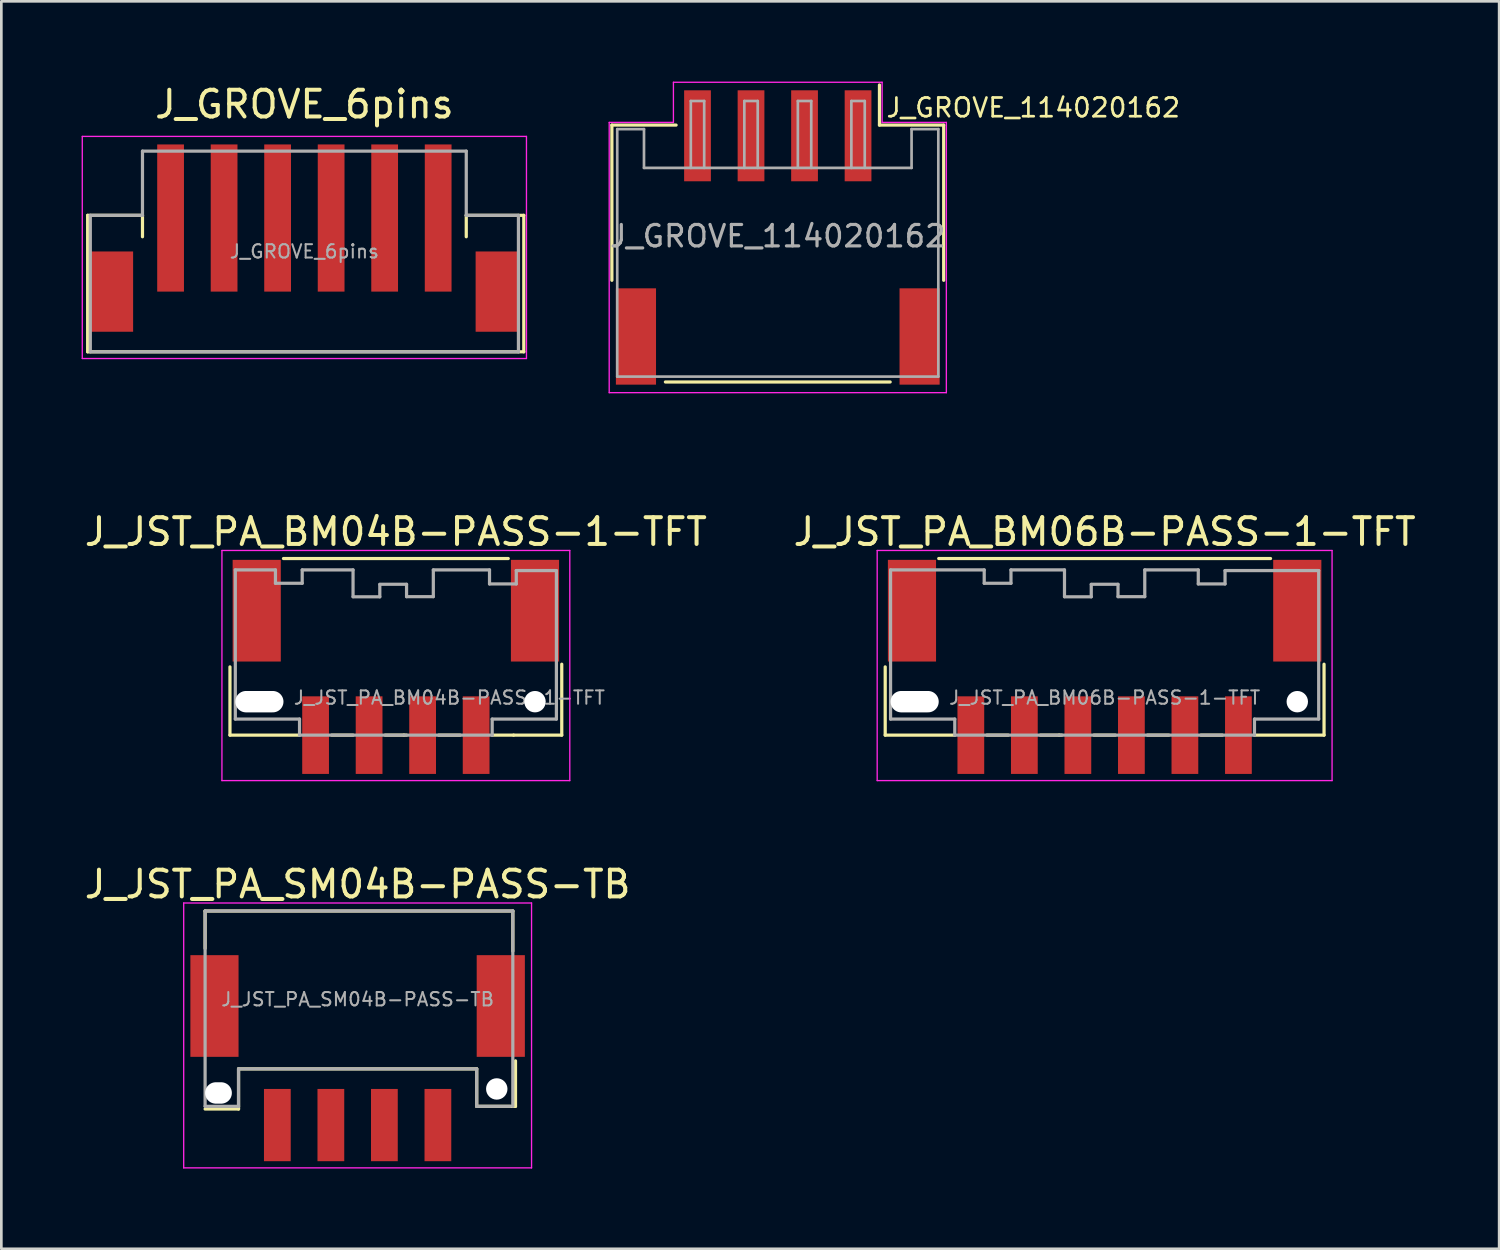
<source format=kicad_pcb>
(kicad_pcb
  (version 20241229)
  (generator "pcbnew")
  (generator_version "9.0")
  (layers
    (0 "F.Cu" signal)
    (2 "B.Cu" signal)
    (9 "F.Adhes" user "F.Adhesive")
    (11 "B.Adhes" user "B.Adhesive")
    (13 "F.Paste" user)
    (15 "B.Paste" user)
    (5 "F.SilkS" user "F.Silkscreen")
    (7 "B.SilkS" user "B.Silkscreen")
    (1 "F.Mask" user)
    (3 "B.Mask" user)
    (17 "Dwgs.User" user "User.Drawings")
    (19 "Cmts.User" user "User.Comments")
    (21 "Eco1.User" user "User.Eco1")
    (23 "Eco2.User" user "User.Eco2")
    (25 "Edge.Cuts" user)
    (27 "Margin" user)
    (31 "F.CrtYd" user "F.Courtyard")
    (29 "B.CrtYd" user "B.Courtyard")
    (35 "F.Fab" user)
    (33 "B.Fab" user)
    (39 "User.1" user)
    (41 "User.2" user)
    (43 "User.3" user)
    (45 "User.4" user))
  (footprint "J_JST_PA_BM06B-PASS-1-TFT"
    (layer "F.Cu")
    (at 38.232 23.023)
    (property "Reference" "J_JST_PA_BM06B-PASS-1-TFT" (at 0 -6.2 0) (unlocked yes) (layer "F.SilkS") (effects (font (size 1 1) (thickness 0.15))))
    (attr smd)
    (fp_line (start -8.2 1.4) (end -8.2 -1.15) (stroke (width 0.12) (type solid)) (layer "F.SilkS"))
    (fp_line (start -8.2 1.4) (end -5.6 1.4) (stroke (width 0.12) (type solid)) (layer "F.SilkS"))
    (fp_line (start -6.2 -5.2) (end 6.2 -5.2) (stroke (width 0.12) (type solid)) (layer "F.SilkS"))
    (fp_line (start -4.4 1.4) (end -3.6 1.4) (stroke (width 0.12) (type solid)) (layer "F.SilkS"))
    (fp_line (start -2.4 1.4) (end -1.7 1.4) (stroke (width 0.12) (type solid)) (layer "F.SilkS"))
    (fp_line (start -1.7 1.4) (end -1.6 1.4) (stroke (width 0.12) (type solid)) (layer "F.SilkS"))
    (fp_line (start -0.4 1.4) (end 0.4 1.4) (stroke (width 0.12) (type solid)) (layer "F.SilkS"))
    (fp_line (start 1.6 1.4) (end 2.4 1.4) (stroke (width 0.12) (type solid)) (layer "F.SilkS"))
    (fp_line (start 3.6 1.4) (end 4.4 1.4) (stroke (width 0.12) (type solid)) (layer "F.SilkS"))
    (fp_line (start 8.2 1.4) (end 5.6 1.4) (stroke (width 0.12) (type solid)) (layer "F.SilkS"))
    (fp_line (start 8.2 1.4) (end 8.2 -1.25) (stroke (width 0.12) (type solid)) (layer "F.SilkS"))
    (fp_line (start -8.5 3.1) (end -8.5 -5.5) (stroke (width 0.05) (type solid)) (layer "F.CrtYd"))
    (fp_line (start -8.5 3.1) (end 8.5 3.1) (stroke (width 0.05) (type solid)) (layer "F.CrtYd"))
    (fp_line (start 8.5 -5.5) (end -8.5 -5.5) (stroke (width 0.05) (type solid)) (layer "F.CrtYd"))
    (fp_line (start 8.5 -5.5) (end 8.5 3.1) (stroke (width 0.05) (type solid)) (layer "F.CrtYd"))
    (fp_line (start -8 0.8) (end -8 -4.775) (stroke (width 0.12) (type solid)) (layer "F.Fab"))
    (fp_line (start -8 0.8) (end -5.6 0.8) (stroke (width 0.12) (type solid)) (layer "F.Fab"))
    (fp_line (start -5.6 1.4) (end -5.6 0.8) (stroke (width 0.12) (type solid)) (layer "F.Fab"))
    (fp_line (start -4.5 -4.775) (end -8 -4.775) (stroke (width 0.12) (type solid)) (layer "F.Fab"))
    (fp_line (start -4.5 -4.275) (end -4.5 -4.775) (stroke (width 0.12) (type solid)) (layer "F.Fab"))
    (fp_line (start -4.5 -4.275) (end -3.5 -4.275) (stroke (width 0.12) (type solid)) (layer "F.Fab"))
    (fp_line (start -3.5 -4.275) (end -3.5 -4.775) (stroke (width 0.12) (type solid)) (layer "F.Fab"))
    (fp_line (start -1.5 -4.775) (end -3.5 -4.775) (stroke (width 0.12) (type solid)) (layer "F.Fab"))
    (fp_line (start -1.5 -3.775) (end -1.5 -4.775) (stroke (width 0.12) (type solid)) (layer "F.Fab"))
    (fp_line (start -0.5 -3.769) (end -1.5 -3.769) (stroke (width 0.12) (type solid)) (layer "F.Fab"))
    (fp_line (start -0.5 -3.769) (end -0.5 -4.231) (stroke (width 0.12) (type solid)) (layer "F.Fab"))
    (fp_line (start 0.5 -4.237) (end -0.5 -4.237) (stroke (width 0.12) (type solid)) (layer "F.Fab"))
    (fp_line (start 0.5 -3.775) (end 0.5 -4.237) (stroke (width 0.12) (type solid)) (layer "F.Fab"))
    (fp_line (start 1.5 -3.775) (end 0.5 -3.775) (stroke (width 0.12) (type solid)) (layer "F.Fab"))
    (fp_line (start 1.5 -3.775) (end 1.5 -4.775) (stroke (width 0.12) (type solid)) (layer "F.Fab"))
    (fp_line (start 3.5 -4.775) (end 1.5 -4.775) (stroke (width 0.12) (type solid)) (layer "F.Fab"))
    (fp_line (start 3.5 -4.25) (end 3.5 -4.775) (stroke (width 0.12) (type solid)) (layer "F.Fab"))
    (fp_line (start 4.5 -4.75) (end 8 -4.75) (stroke (width 0.12) (type solid)) (layer "F.Fab"))
    (fp_line (start 4.5 -4.25) (end 3.5 -4.25) (stroke (width 0.12) (type solid)) (layer "F.Fab"))
    (fp_line (start 4.5 -4.25) (end 4.5 -4.75) (stroke (width 0.12) (type solid)) (layer "F.Fab"))
    (fp_line (start 5.6 0.8) (end 8 0.8) (stroke (width 0.12) (type solid)) (layer "F.Fab"))
    (fp_line (start 5.6 1.4) (end -5.6 1.4) (stroke (width 0.12) (type solid)) (layer "F.Fab"))
    (fp_line (start 5.6 1.4) (end 5.6 0.8) (stroke (width 0.12) (type solid)) (layer "F.Fab"))
    (fp_line (start 8 0.8) (end 8 -4.75) (stroke (width 0.12) (type solid)) (layer "F.Fab"))
    (fp_text user "${REFERENCE}" (at 0 0 180) (layer "F.Fab") (effects (font (size 0.5 0.5) (thickness 0.075))))
    (pad "" np_thru_hole oval (at -7.1 0.15) (size 1.8 0.8) (drill oval 1.8 0.8) (layers "*.Cu" "*.Mask"))
    (pad "" np_thru_hole circle (at 7.2 0.15) (size 0.8 0.8) (drill 0.8) (layers "*.Cu" "*.Mask"))
    (pad "1" smd rect (at -5 1.4 180) (size 1 2.9) (layers "F.Cu" "F.Mask" "F.Paste"))
    (pad "2" smd rect (at -3 1.4 180) (size 1 2.9) (layers "F.Cu" "F.Mask" "F.Paste"))
    (pad "3" smd rect (at -1 1.4 180) (size 1 2.9) (layers "F.Cu" "F.Mask" "F.Paste"))
    (pad "4" smd rect (at 1 1.4 180) (size 1 2.9) (layers "F.Cu" "F.Mask" "F.Paste"))
    (pad "5" smd rect (at 3 1.4 180) (size 1 2.9) (layers "F.Cu" "F.Mask" "F.Paste"))
    (pad "6" smd rect (at 5 1.4 180) (size 1 2.9) (layers "F.Cu" "F.Mask" "F.Paste"))
    (pad "7" smd rect (at -7.2 -3.25 180) (size 1.8 3.8) (layers "F.Cu" "F.Mask" "F.Paste"))
    (pad "8" smd rect (at 7.2 -3.25 180) (size 1.8 3.8) (layers "F.Cu" "F.Mask" "F.Paste")))
  (footprint "J_GROVE_114020162"
    (layer "F.Cu")
    (at 26.017 5.775)
    (property "Reference" "J_GROVE_114020162" (at 4 -4.8 0) (layer "F.SilkS") (effects (font (size 0.7 0.7) (thickness 0.1)) (justify left)))
    (attr smd)
    (fp_line (start -6.2 -4.15) (end -6.2 1.65) (stroke (width 0.12) (type solid)) (layer "F.SilkS"))
    (fp_line (start -6.2 -4.15) (end -3.8 -4.15) (stroke (width 0.12) (type solid)) (layer "F.SilkS"))
    (fp_line (start -4.2 5.45) (end 4.2 5.45) (stroke (width 0.12) (type solid)) (layer "F.SilkS"))
    (fp_line (start 3.8 -4.15) (end 3.8 -5.65) (stroke (width 0.12) (type solid)) (layer "F.SilkS"))
    (fp_line (start 6.2 -4.15) (end 3.8 -4.15) (stroke (width 0.12) (type solid)) (layer "F.SilkS"))
    (fp_line (start 6.2 -4.15) (end 6.2 1.65) (stroke (width 0.12) (type solid)) (layer "F.SilkS"))
    (fp_line (start -6.3 -4.25) (end -3.9 -4.25) (stroke (width 0.05) (type solid)) (layer "F.CrtYd"))
    (fp_line (start -6.3 5.85) (end -6.3 -4.25) (stroke (width 0.05) (type solid)) (layer "F.CrtYd"))
    (fp_line (start -6.3 5.85) (end 6.3 5.85) (stroke (width 0.05) (type solid)) (layer "F.CrtYd"))
    (fp_line (start -3.9 -4.25) (end -3.9 -5.75) (stroke (width 0.05) (type solid)) (layer "F.CrtYd"))
    (fp_line (start 3.9 -5.75) (end -3.9 -5.75) (stroke (width 0.05) (type solid)) (layer "F.CrtYd"))
    (fp_line (start 3.9 -4.25) (end 3.9 -5.75) (stroke (width 0.05) (type solid)) (layer "F.CrtYd"))
    (fp_line (start 6.3 -4.25) (end 3.9 -4.25) (stroke (width 0.05) (type solid)) (layer "F.CrtYd"))
    (fp_line (start 6.3 -4.25) (end 6.3 5.85) (stroke (width 0.05) (type solid)) (layer "F.CrtYd"))
    (fp_line (start -6 -4) (end -6 5.25) (stroke (width 0.1) (type solid)) (layer "F.Fab"))
    (fp_line (start -6 5.25) (end 6 5.25) (stroke (width 0.1) (type solid)) (layer "F.Fab"))
    (fp_line (start -5 -4) (end -6 -4) (stroke (width 0.1) (type solid)) (layer "F.Fab"))
    (fp_line (start -5 -4) (end -5 -2.55) (stroke (width 0.1) (type solid)) (layer "F.Fab"))
    (fp_line (start -3.25 -5.05) (end -3.25 -2.55) (stroke (width 0.1) (type solid)) (layer "F.Fab"))
    (fp_line (start -3.25 -5.05) (end -2.75 -5.05) (stroke (width 0.1) (type solid)) (layer "F.Fab"))
    (fp_line (start -2.75 -5.05) (end -2.75 -2.55) (stroke (width 0.1) (type solid)) (layer "F.Fab"))
    (fp_line (start -1.25 -5.05) (end -1.25 -2.55) (stroke (width 0.1) (type solid)) (layer "F.Fab"))
    (fp_line (start -1.25 -5.05) (end -0.75 -5.05) (stroke (width 0.1) (type solid)) (layer "F.Fab"))
    (fp_line (start -0.75 -5.05) (end -0.75 -2.55) (stroke (width 0.1) (type solid)) (layer "F.Fab"))
    (fp_line (start 0.75 -5.05) (end 0.75 -2.55) (stroke (width 0.1) (type solid)) (layer "F.Fab"))
    (fp_line (start 0.75 -5.05) (end 1.25 -5.05) (stroke (width 0.1) (type solid)) (layer "F.Fab"))
    (fp_line (start 1.25 -5.05) (end 1.25 -2.55) (stroke (width 0.1) (type solid)) (layer "F.Fab"))
    (fp_line (start 2.75 -5.05) (end 2.75 -2.55) (stroke (width 0.1) (type solid)) (layer "F.Fab"))
    (fp_line (start 2.75 -5.05) (end 3.25 -5.05) (stroke (width 0.1) (type solid)) (layer "F.Fab"))
    (fp_line (start 3.25 -5.05) (end 3.25 -2.55) (stroke (width 0.1) (type solid)) (layer "F.Fab"))
    (fp_line (start 5 -2.55) (end -5 -2.55) (stroke (width 0.1) (type solid)) (layer "F.Fab"))
    (fp_line (start 5 -2.55) (end 5 -4) (stroke (width 0.1) (type solid)) (layer "F.Fab"))
    (fp_line (start 6 -4) (end 5 -4) (stroke (width 0.1) (type solid)) (layer "F.Fab"))
    (fp_line (start 6 5.25) (end 6 -4) (stroke (width 0.1) (type solid)) (layer "F.Fab"))
    (fp_text user "${REFERENCE}" (at 0 0 0) (layer "F.Fab") (effects (font (size 0.8 0.8) (thickness 0.12))))
    (pad "1" smd rect (at 3 -3.75) (size 1 3.4) (layers "F.Cu" "F.Mask" "F.Paste"))
    (pad "2" smd rect (at 1 -3.75) (size 1 3.4) (layers "F.Cu" "F.Mask" "F.Paste"))
    (pad "3" smd rect (at -1 -3.75) (size 1 3.4) (layers "F.Cu" "F.Mask" "F.Paste"))
    (pad "4" smd rect (at -3 -3.75) (size 1 3.4) (layers "F.Cu" "F.Mask" "F.Paste"))
    (pad "5" smd rect (at -5.3 3.75) (size 1.5 3.6) (layers "F.Cu" "F.Mask" "F.Paste"))
    (pad "6" smd rect (at 5.3 3.75) (size 1.5 3.6) (layers "F.Cu" "F.Mask" "F.Paste"))
    (zone (net_name "") (layer "F.Cu") (hatch edge 0.508) (connect_pads) (min_thickness 0.254) (filled_areas_thickness no) (keepout (tracks allowed) (vias allowed) (pads allowed) (copperpour allowed) (footprints not_allowed)) (placement (enabled no)) (fill) (polygon (pts (xy 32.017 12.975) (xy 20.017 12.975) (xy 20.017 10.975) (xy 32.017 10.975)))))
  (footprint "J_GROVE_6pins"
    (layer "F.Cu")
    (at 8.325 6.648)
    (property "Reference" "J_GROVE_6pins" (at 0 -5.8 0) (unlocked yes) (layer "F.SilkS") (effects (font (size 1 1) (thickness 0.15))))
    (attr smd)
    (fp_line (start -8.1 -1.65) (end -8.1 3.45) (stroke (width 0.12) (type solid)) (layer "F.SilkS"))
    (fp_line (start -8.1 3.45) (end 8.2 3.45) (stroke (width 0.12) (type solid)) (layer "F.SilkS"))
    (fp_line (start -6.05 -1.65) (end -8.1 -1.65) (stroke (width 0.12) (type solid)) (layer "F.SilkS"))
    (fp_line (start -6.05 -1.65) (end -6.05 -0.85) (stroke (width 0.12) (type solid)) (layer "F.SilkS"))
    (fp_line (start 6.05 -1.65) (end 6.05 -0.85) (stroke (width 0.12) (type solid)) (layer "F.SilkS"))
    (fp_line (start 8.2 -1.65) (end 6.05 -1.65) (stroke (width 0.12) (type solid)) (layer "F.SilkS"))
    (fp_line (start 8.2 3.45) (end 8.2 -1.65) (stroke (width 0.12) (type solid)) (layer "F.SilkS"))
    (fp_line (start -8.3 3.7) (end -8.3 -4.6) (stroke (width 0.05) (type solid)) (layer "F.CrtYd"))
    (fp_line (start -8.3 3.7) (end 8.3 3.7) (stroke (width 0.05) (type solid)) (layer "F.CrtYd"))
    (fp_line (start 8.3 -4.6) (end -8.3 -4.6) (stroke (width 0.05) (type solid)) (layer "F.CrtYd"))
    (fp_line (start 8.3 -4.6) (end 8.3 3.7) (stroke (width 0.05) (type solid)) (layer "F.CrtYd"))
    (fp_line (start -8 -1.65) (end -8 3.45) (stroke (width 0.12) (type solid)) (layer "F.Fab"))
    (fp_line (start -8 3.45) (end 8 3.45) (stroke (width 0.12) (type solid)) (layer "F.Fab"))
    (fp_line (start -6.05 -4.05) (end -6.05 -1.65) (stroke (width 0.12) (type solid)) (layer "F.Fab"))
    (fp_line (start -6.05 -1.65) (end -8 -1.65) (stroke (width 0.12) (type solid)) (layer "F.Fab"))
    (fp_line (start 6.05 -4.05) (end -6.05 -4.05) (stroke (width 0.12) (type solid)) (layer "F.Fab"))
    (fp_line (start 6.05 -1.65) (end 6.05 -4.05) (stroke (width 0.12) (type solid)) (layer "F.Fab"))
    (fp_line (start 8 -1.65) (end 6.05 -1.65) (stroke (width 0.12) (type solid)) (layer "F.Fab"))
    (fp_line (start 8 3.45) (end 8 -1.65) (stroke (width 0.12) (type solid)) (layer "F.Fab"))
    (fp_text user "${REFERENCE}" (at 0 -0.3 0) (layer "F.Fab") (effects (font (size 0.5 0.5) (thickness 0.075))))
    (pad "1" smd rect (at 5 -1.55) (size 1 5.5) (layers "F.Cu" "F.Mask" "F.Paste"))
    (pad "2" smd rect (at 3 -1.55) (size 1 5.5) (layers "F.Cu" "F.Mask" "F.Paste"))
    (pad "3" smd rect (at 1 -1.55) (size 1 5.5) (layers "F.Cu" "F.Mask" "F.Paste"))
    (pad "4" smd rect (at -1 -1.55) (size 1 5.5) (layers "F.Cu" "F.Mask" "F.Paste"))
    (pad "5" smd rect (at -3 -1.55) (size 1 5.5) (layers "F.Cu" "F.Mask" "F.Paste"))
    (pad "6" smd rect (at -5 -1.55) (size 1 5.5) (layers "F.Cu" "F.Mask" "F.Paste"))
    (pad "7" smd rect (at 7.2 1.2) (size 1.6 3) (layers "F.Cu" "F.Mask" "F.Paste"))
    (pad "8" smd rect (at -7.2 1.2) (size 1.6 3) (layers "F.Cu" "F.Mask" "F.Paste")))
  (footprint "J_JST_PA_SM04B-PASS-TB"
    (layer "F.Cu")
    (at 10.315 37.596)
    (property "Reference" "J_JST_PA_SM04B-PASS-TB" (at 0 -7.6 0) (unlocked yes) (layer "F.SilkS") (effects (font (size 1 1) (thickness 0.15))))
    (attr smd)
    (fp_line (start -5.7 -5.2) (end -5.7 -6.6) (stroke (width 0.12) (type solid)) (layer "F.SilkS"))
    (fp_line (start -5.7 0.8) (end -4.45 0.8) (stroke (width 0.12) (type solid)) (layer "F.SilkS"))
    (fp_line (start -4.45 -0.7) (end 4.45 -0.7) (stroke (width 0.12) (type solid)) (layer "F.SilkS"))
    (fp_line (start -4.45 0.8) (end -4.45 -0.7) (stroke (width 0.12) (type solid)) (layer "F.SilkS"))
    (fp_line (start 4.45 0.7) (end 4.45 -0.7) (stroke (width 0.12) (type solid)) (layer "F.SilkS"))
    (fp_line (start 4.45 0.7) (end 5.9 0.7) (stroke (width 0.12) (type solid)) (layer "F.SilkS"))
    (fp_line (start 5.8 -6.6) (end -5.7 -6.6) (stroke (width 0.12) (type solid)) (layer "F.SilkS"))
    (fp_line (start 5.8 -5.1) (end 5.8 -6.6) (stroke (width 0.12) (type solid)) (layer "F.SilkS"))
    (fp_line (start 5.9 0.7) (end 5.9 -1) (stroke (width 0.12) (type solid)) (layer "F.SilkS"))
    (fp_line (start -6.5 3) (end -6.5 -6.9) (stroke (width 0.05) (type solid)) (layer "F.CrtYd"))
    (fp_line (start -6.5 3) (end 6.5 3) (stroke (width 0.05) (type solid)) (layer "F.CrtYd"))
    (fp_line (start 6.5 -6.9) (end -6.5 -6.9) (stroke (width 0.05) (type solid)) (layer "F.CrtYd"))
    (fp_line (start 6.5 -6.9) (end 6.5 3) (stroke (width 0.05) (type solid)) (layer "F.CrtYd"))
    (fp_line (start -5.7 -6.6) (end -5.7 0.7) (stroke (width 0.12) (type solid)) (layer "F.Fab"))
    (fp_line (start -5.7 0.7) (end -4.45 0.7) (stroke (width 0.12) (type solid)) (layer "F.Fab"))
    (fp_line (start -4.45 -0.7) (end -4.45 0.7) (stroke (width 0.12) (type solid)) (layer "F.Fab"))
    (fp_line (start -4.45 -0.7) (end 4.45 -0.7) (stroke (width 0.12) (type solid)) (layer "F.Fab"))
    (fp_line (start 4.45 0.7) (end 4.45 -0.7) (stroke (width 0.12) (type solid)) (layer "F.Fab"))
    (fp_line (start 4.45 0.7) (end 5.7 0.7) (stroke (width 0.12) (type solid)) (layer "F.Fab"))
    (fp_line (start 5.8 -6.6) (end -5.7 -6.6) (stroke (width 0.12) (type solid)) (layer "F.Fab"))
    (fp_line (start 5.8 0.7) (end 5.8 -6.6) (stroke (width 0.12) (type solid)) (layer "F.Fab"))
    (fp_text user "${REFERENCE}" (at 0 -3.3 180) (layer "F.Fab") (effects (font (size 0.5 0.5) (thickness 0.075))))
    (pad "" np_thru_hole oval (at -5.2 0.2) (size 1 0.8) (drill oval 1 0.8) (layers "*.Cu" "*.Mask"))
    (pad "" np_thru_hole circle (at 5.2 0.05) (size 0.8 0.8) (drill 0.8) (layers "*.Cu" "*.Mask"))
    (pad "1" smd rect (at -3 1.4 180) (size 1 2.7) (layers "F.Cu" "F.Mask" "F.Paste"))
    (pad "2" smd rect (at -1 1.4 180) (size 1 2.7) (layers "F.Cu" "F.Mask" "F.Paste"))
    (pad "3" smd rect (at 1 1.4 180) (size 1 2.7) (layers "F.Cu" "F.Mask" "F.Paste"))
    (pad "4" smd rect (at 3 1.4 180) (size 1 2.7) (layers "F.Cu" "F.Mask" "F.Paste"))
    (pad "5" smd rect (at -5.35 -3.05 180) (size 1.8 3.8) (layers "F.Cu" "F.Mask" "F.Paste"))
    (pad "6" smd rect (at 5.35 -3.05 180) (size 1.8 3.8) (layers "F.Cu" "F.Mask" "F.Paste")))
  (footprint "J_JST_PA_BM04B-PASS-1-TFT"
    (layer "F.Cu")
    (at 11.744 23.023)
    (property "Reference" "J_JST_PA_BM04B-PASS-1-TFT" (at 0 -6.2 0) (unlocked yes) (layer "F.SilkS") (effects (font (size 1 1) (thickness 0.15))))
    (attr smd)
    (fp_line (start -6.2 1.4) (end -6.2 -1.15) (stroke (width 0.12) (type solid)) (layer "F.SilkS"))
    (fp_line (start -6.2 1.4) (end -3.6 1.4) (stroke (width 0.12) (type solid)) (layer "F.SilkS"))
    (fp_line (start -4.2 -5.2) (end 4.2 -5.2) (stroke (width 0.12) (type solid)) (layer "F.SilkS"))
    (fp_line (start -2.4 1.4) (end -1.6 1.4) (stroke (width 0.12) (type solid)) (layer "F.SilkS"))
    (fp_line (start -0.4 1.4) (end 0.3 1.4) (stroke (width 0.12) (type solid)) (layer "F.SilkS"))
    (fp_line (start 0.3 1.4) (end 0.4 1.4) (stroke (width 0.12) (type solid)) (layer "F.SilkS"))
    (fp_line (start 1.6 1.4) (end 2.4 1.4) (stroke (width 0.12) (type solid)) (layer "F.SilkS"))
    (fp_line (start 3.6 1.4) (end 4.4 1.4) (stroke (width 0.12) (type solid)) (layer "F.SilkS"))
    (fp_line (start 6.2 1.4) (end 4.4 1.4) (stroke (width 0.12) (type solid)) (layer "F.SilkS"))
    (fp_line (start 6.2 1.4) (end 6.2 -1.25) (stroke (width 0.12) (type solid)) (layer "F.SilkS"))
    (fp_line (start -6.5 3.1) (end -6.5 -5.5) (stroke (width 0.05) (type solid)) (layer "F.CrtYd"))
    (fp_line (start -6.5 3.1) (end 6.5 3.1) (stroke (width 0.05) (type solid)) (layer "F.CrtYd"))
    (fp_line (start 6.5 -5.5) (end -6.5 -5.5) (stroke (width 0.05) (type solid)) (layer "F.CrtYd"))
    (fp_line (start 6.5 -5.5) (end 6.5 3.1) (stroke (width 0.05) (type solid)) (layer "F.CrtYd"))
    (fp_line (start -6 0.8) (end -6 -4.775) (stroke (width 0.12) (type solid)) (layer "F.Fab"))
    (fp_line (start -6 0.8) (end -3.6 0.8) (stroke (width 0.12) (type solid)) (layer "F.Fab"))
    (fp_line (start -4.5 -4.775) (end -6 -4.775) (stroke (width 0.12) (type solid)) (layer "F.Fab"))
    (fp_line (start -4.5 -4.275) (end -4.5 -4.775) (stroke (width 0.12) (type solid)) (layer "F.Fab"))
    (fp_line (start -4.5 -4.275) (end -3.5 -4.275) (stroke (width 0.12) (type solid)) (layer "F.Fab"))
    (fp_line (start -3.6 1.4) (end -3.6 0.8) (stroke (width 0.12) (type solid)) (layer "F.Fab"))
    (fp_line (start -3.5 -4.275) (end -3.5 -4.775) (stroke (width 0.12) (type solid)) (layer "F.Fab"))
    (fp_line (start -1.6 -4.775) (end -3.5 -4.775) (stroke (width 0.12) (type solid)) (layer "F.Fab"))
    (fp_line (start -1.6 -3.775) (end -1.6 -4.775) (stroke (width 0.12) (type solid)) (layer "F.Fab"))
    (fp_line (start -0.6 -3.769) (end -1.6 -3.769) (stroke (width 0.12) (type solid)) (layer "F.Fab"))
    (fp_line (start -0.6 -3.769) (end -0.6 -4.231) (stroke (width 0.12) (type solid)) (layer "F.Fab"))
    (fp_line (start 0.4 -4.237) (end -0.6 -4.237) (stroke (width 0.12) (type solid)) (layer "F.Fab"))
    (fp_line (start 0.4 -3.775) (end 0.4 -4.237) (stroke (width 0.12) (type solid)) (layer "F.Fab"))
    (fp_line (start 1.4 -3.775) (end 0.4 -3.775) (stroke (width 0.12) (type solid)) (layer "F.Fab"))
    (fp_line (start 1.4 -3.775) (end 1.4 -4.775) (stroke (width 0.12) (type solid)) (layer "F.Fab"))
    (fp_line (start 3.5 -4.775) (end 1.4 -4.775) (stroke (width 0.12) (type solid)) (layer "F.Fab"))
    (fp_line (start 3.5 -4.25) (end 3.5 -4.775) (stroke (width 0.12) (type solid)) (layer "F.Fab"))
    (fp_line (start 3.6 0.8) (end 6 0.8) (stroke (width 0.12) (type solid)) (layer "F.Fab"))
    (fp_line (start 3.6 1.4) (end -3.6 1.4) (stroke (width 0.12) (type solid)) (layer "F.Fab"))
    (fp_line (start 3.6 1.4) (end 3.6 0.8) (stroke (width 0.12) (type solid)) (layer "F.Fab"))
    (fp_line (start 4.5 -4.75) (end 6 -4.75) (stroke (width 0.12) (type solid)) (layer "F.Fab"))
    (fp_line (start 4.5 -4.25) (end 3.5 -4.25) (stroke (width 0.12) (type solid)) (layer "F.Fab"))
    (fp_line (start 4.5 -4.25) (end 4.5 -4.75) (stroke (width 0.12) (type solid)) (layer "F.Fab"))
    (fp_line (start 6 0.8) (end 6 -4.75) (stroke (width 0.12) (type solid)) (layer "F.Fab"))
    (fp_text user "${REFERENCE}" (at 2 0 180) (layer "F.Fab") (effects (font (size 0.5 0.5) (thickness 0.075))))
    (pad "" np_thru_hole oval (at -5.1 0.15) (size 1.8 0.8) (drill oval 1.8 0.8) (layers "*.Cu" "*.Mask"))
    (pad "" np_thru_hole circle (at 5.2 0.15) (size 0.8 0.8) (drill 0.8) (layers "*.Cu" "*.Mask"))
    (pad "1" smd rect (at -3 1.4 180) (size 1 2.9) (layers "F.Cu" "F.Mask" "F.Paste"))
    (pad "2" smd rect (at -1 1.4 180) (size 1 2.9) (layers "F.Cu" "F.Mask" "F.Paste"))
    (pad "3" smd rect (at 1 1.4 180) (size 1 2.9) (layers "F.Cu" "F.Mask" "F.Paste"))
    (pad "4" smd rect (at 3 1.4 180) (size 1 2.9) (layers "F.Cu" "F.Mask" "F.Paste"))
    (pad "5" smd rect (at -5.2 -3.25 180) (size 1.8 3.8) (layers "F.Cu" "F.Mask" "F.Paste"))
    (pad "6" smd rect (at 5.2 -3.25 180) (size 1.8 3.8) (layers "F.Cu" "F.Mask" "F.Paste")))
  (gr_rect
    (start -3 -3)
    (end 52.976 43.621)
    (stroke (width 0.1) (type default))
    (fill no)
    (layer "Edge.Cuts")))
</source>
